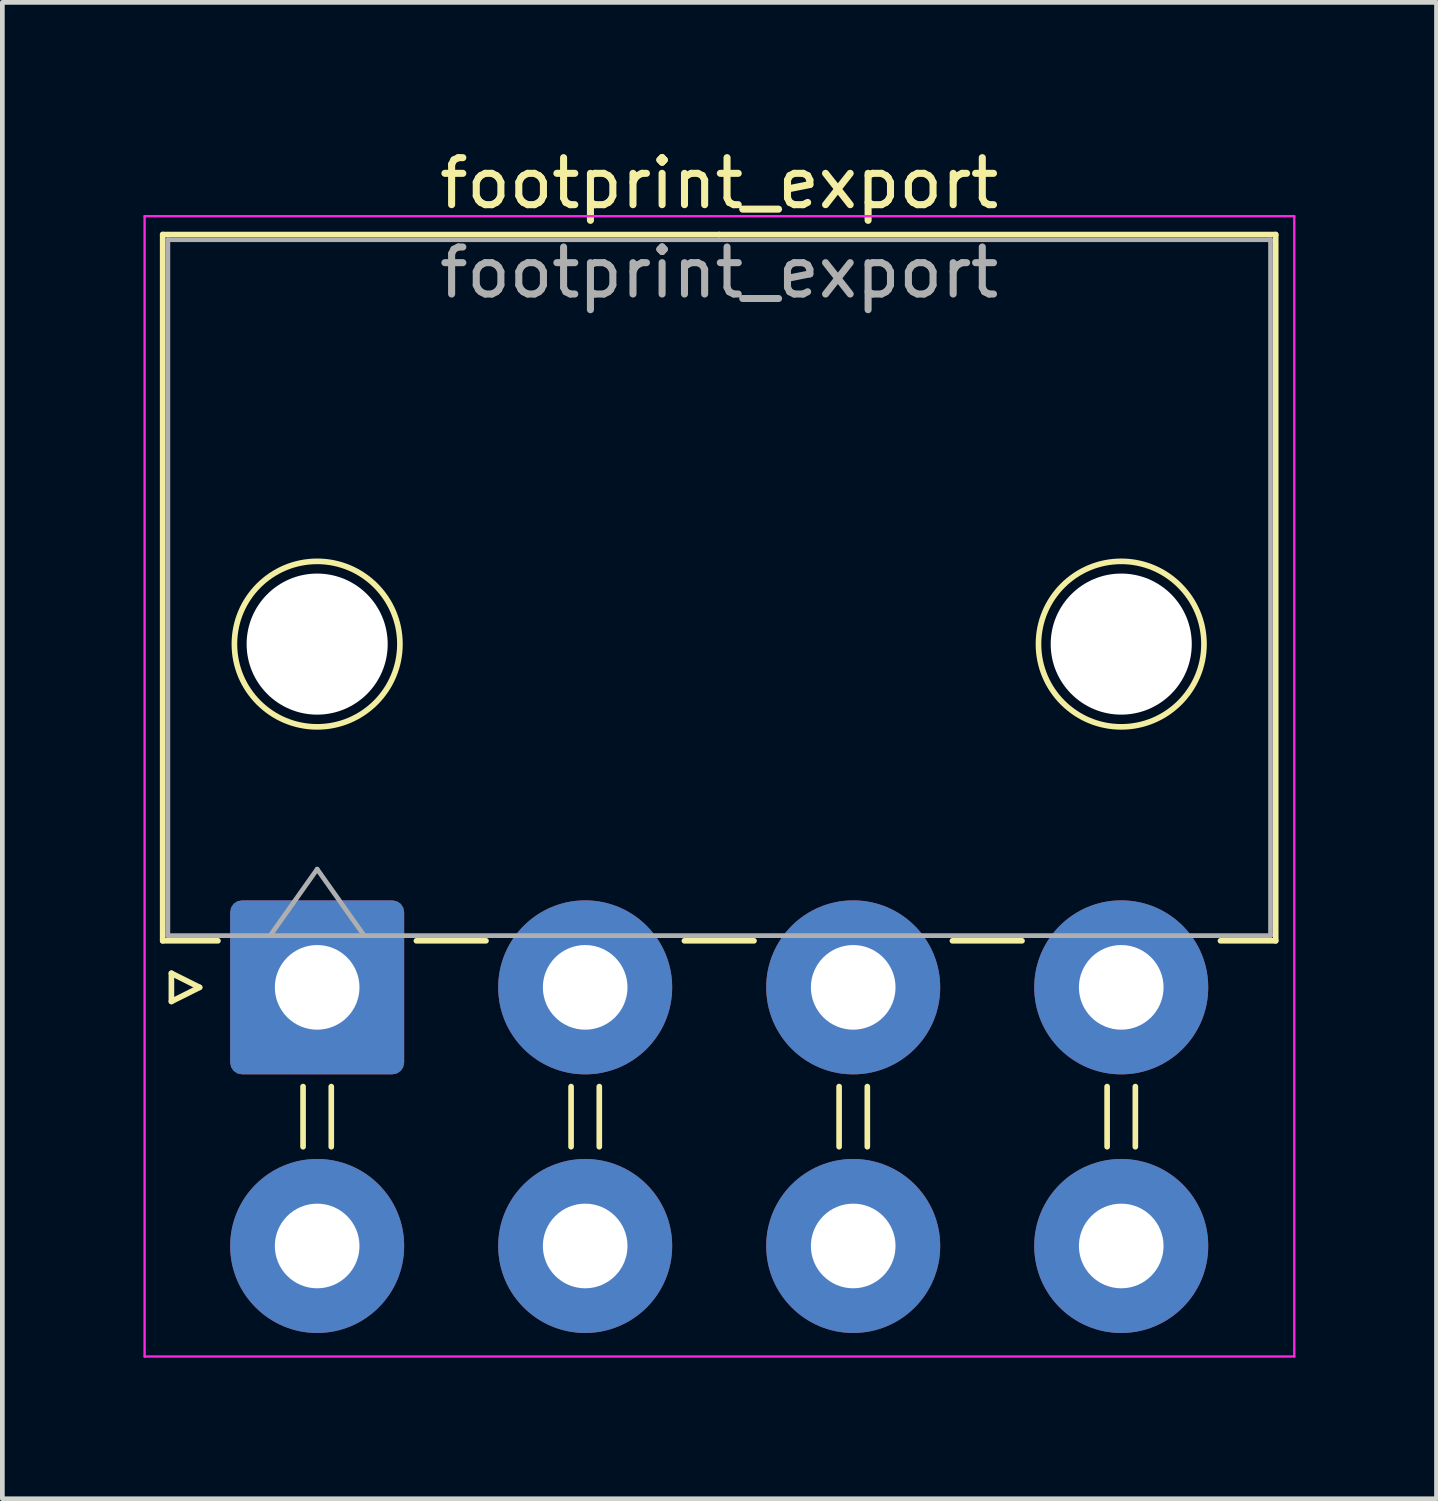
<source format=kicad_pcb>
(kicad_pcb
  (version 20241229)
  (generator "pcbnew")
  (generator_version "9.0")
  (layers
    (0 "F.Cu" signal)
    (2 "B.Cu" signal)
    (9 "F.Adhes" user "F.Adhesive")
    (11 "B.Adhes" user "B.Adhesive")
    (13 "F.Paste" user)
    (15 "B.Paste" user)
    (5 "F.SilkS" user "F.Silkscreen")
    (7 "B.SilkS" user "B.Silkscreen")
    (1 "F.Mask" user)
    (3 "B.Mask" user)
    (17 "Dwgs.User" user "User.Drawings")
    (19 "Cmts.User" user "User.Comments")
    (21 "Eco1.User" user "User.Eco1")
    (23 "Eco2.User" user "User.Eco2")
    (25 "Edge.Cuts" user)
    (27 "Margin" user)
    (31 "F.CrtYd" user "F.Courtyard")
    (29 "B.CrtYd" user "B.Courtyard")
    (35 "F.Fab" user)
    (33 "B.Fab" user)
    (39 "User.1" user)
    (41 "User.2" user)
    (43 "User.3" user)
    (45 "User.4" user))
  (footprint "footprint_export"
    (layer "F.Cu")
    (at 3.695 17.948)
    (property "Reference" "footprint_export" (at 8.55 -17.1 0) (layer "F.SilkS") (effects (font (size 1 1) (thickness 0.15))))
    (attr through_hole)
    (fp_line (start -3.285 -16.01) (end -3.285 -0.99) (stroke (width 0.12) (type solid)) (layer "F.SilkS"))
    (fp_line (start -3.285 -0.99) (end -2.11 -0.99) (stroke (width 0.12) (type solid)) (layer "F.SilkS"))
    (fp_line (start -3.1 -0.3) (end -2.5 0) (stroke (width 0.12) (type solid)) (layer "F.SilkS"))
    (fp_line (start -3.1 0.3) (end -3.1 -0.3) (stroke (width 0.12) (type solid)) (layer "F.SilkS"))
    (fp_line (start -2.5 0) (end -3.1 0.3) (stroke (width 0.12) (type solid)) (layer "F.SilkS"))
    (fp_line (start -0.3 2.11) (end -0.3 3.39) (stroke (width 0.12) (type solid)) (layer "F.SilkS"))
    (fp_line (start 0.3 2.11) (end 0.3 3.39) (stroke (width 0.12) (type solid)) (layer "F.SilkS"))
    (fp_line (start 2.11 -0.99) (end 3.59 -0.99) (stroke (width 0.12) (type solid)) (layer "F.SilkS"))
    (fp_line (start 5.4 2.11) (end 5.4 3.39) (stroke (width 0.12) (type solid)) (layer "F.SilkS"))
    (fp_line (start 6 2.11) (end 6 3.39) (stroke (width 0.12) (type solid)) (layer "F.SilkS"))
    (fp_line (start 7.81 -0.99) (end 9.29 -0.99) (stroke (width 0.12) (type solid)) (layer "F.SilkS"))
    (fp_line (start 8.55 -16.01) (end -3.285 -16.01) (stroke (width 0.12) (type solid)) (layer "F.SilkS"))
    (fp_line (start 8.55 -16.01) (end 20.385 -16.01) (stroke (width 0.12) (type solid)) (layer "F.SilkS"))
    (fp_line (start 11.1 2.11) (end 11.1 3.39) (stroke (width 0.12) (type solid)) (layer "F.SilkS"))
    (fp_line (start 11.7 2.11) (end 11.7 3.39) (stroke (width 0.12) (type solid)) (layer "F.SilkS"))
    (fp_line (start 13.51 -0.99) (end 14.99 -0.99) (stroke (width 0.12) (type solid)) (layer "F.SilkS"))
    (fp_line (start 16.8 2.11) (end 16.8 3.39) (stroke (width 0.12) (type solid)) (layer "F.SilkS"))
    (fp_line (start 17.4 2.11) (end 17.4 3.39) (stroke (width 0.12) (type solid)) (layer "F.SilkS"))
    (fp_line (start 20.385 -16.01) (end 20.385 -0.99) (stroke (width 0.12) (type solid)) (layer "F.SilkS"))
    (fp_line (start 20.385 -0.99) (end 19.21 -0.99) (stroke (width 0.12) (type solid)) (layer "F.SilkS"))
    (fp_circle (center 0 -7.3) (end 1.76 -7.3) (stroke (width 0.12) (type solid)) (fill no) (layer "F.SilkS"))
    (fp_circle (center 17.1 -7.3) (end 18.86 -7.3) (stroke (width 0.12) (type solid)) (fill no) (layer "F.SilkS"))
    (fp_line (start -3.67 -16.4) (end -3.67 7.85) (stroke (width 0.05) (type solid)) (layer "F.CrtYd"))
    (fp_line (start -3.67 7.85) (end 20.78 7.85) (stroke (width 0.05) (type solid)) (layer "F.CrtYd"))
    (fp_line (start 20.78 -16.4) (end -3.67 -16.4) (stroke (width 0.05) (type solid)) (layer "F.CrtYd"))
    (fp_line (start 20.78 7.85) (end 20.78 -16.4) (stroke (width 0.05) (type solid)) (layer "F.CrtYd"))
    (fp_line (start -3.175 -15.9) (end -3.175 -1.1) (stroke (width 0.1) (type solid)) (layer "F.Fab"))
    (fp_line (start -3.175 -1.1) (end 20.275 -1.1) (stroke (width 0.1) (type solid)) (layer "F.Fab"))
    (fp_line (start -1 -1.1) (end 0 -2.514) (stroke (width 0.1) (type solid)) (layer "F.Fab"))
    (fp_line (start 0 -2.514) (end 1 -1.1) (stroke (width 0.1) (type solid)) (layer "F.Fab"))
    (fp_line (start 20.275 -15.9) (end -3.175 -15.9) (stroke (width 0.1) (type solid)) (layer "F.Fab"))
    (fp_line (start 20.275 -1.1) (end 20.275 -15.9) (stroke (width 0.1) (type solid)) (layer "F.Fab"))
    (fp_text user "${REFERENCE}" (at 8.55 -15.2 0) (layer "F.Fab") (effects (font (size 1 1) (thickness 0.15))))
    (pad "" np_thru_hole circle (at 0 -7.3) (size 3 3) (drill 3) (layers "*.Cu" "*.Mask"))
    (pad "" np_thru_hole circle (at 17.1 -7.3) (size 3 3) (drill 3) (layers "*.Cu" "*.Mask"))
    (pad "1" thru_hole roundrect (at 0 0) (size 3.7 3.7) (drill 1.8) (layers "*.Cu" "*.Mask") (roundrect_rratio 0.068))
    (pad "2" thru_hole circle (at 5.7 0) (size 3.7 3.7) (drill 1.8) (layers "*.Cu" "*.Mask"))
    (pad "3" thru_hole circle (at 11.4 0) (size 3.7 3.7) (drill 1.8) (layers "*.Cu" "*.Mask"))
    (pad "4" thru_hole circle (at 17.1 0) (size 3.7 3.7) (drill 1.8) (layers "*.Cu" "*.Mask"))
    (pad "5" thru_hole circle (at 0 5.5) (size 3.7 3.7) (drill 1.8) (layers "*.Cu" "*.Mask"))
    (pad "6" thru_hole circle (at 5.7 5.5) (size 3.7 3.7) (drill 1.8) (layers "*.Cu" "*.Mask"))
    (pad "7" thru_hole circle (at 11.4 5.5) (size 3.7 3.7) (drill 1.8) (layers "*.Cu" "*.Mask"))
    (pad "8" thru_hole circle (at 17.1 5.5) (size 3.7 3.7) (drill 1.8) (layers "*.Cu" "*.Mask")))
  (gr_rect
    (start -3 -3)
    (end 27.5 28.823)
    (stroke (width 0.1) (type default))
    (fill no)
    (layer "Edge.Cuts")))
</source>
